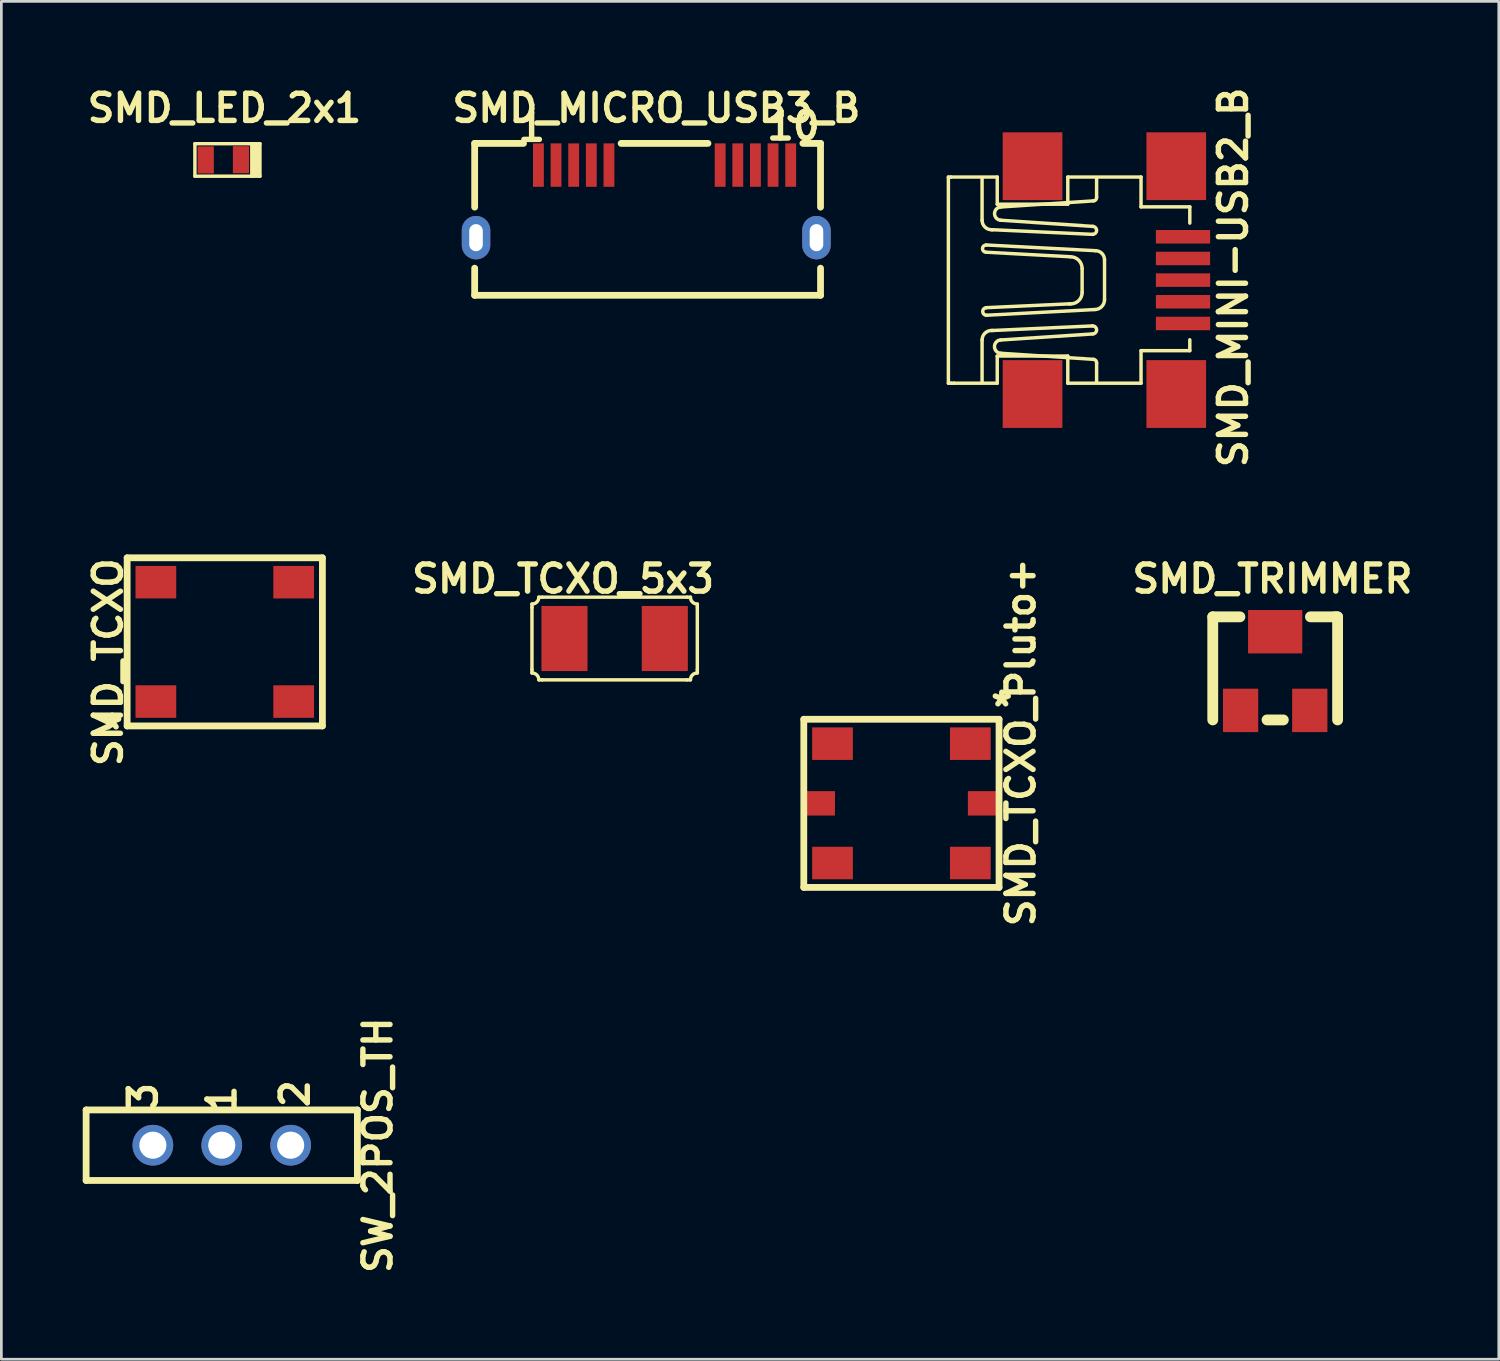
<source format=kicad_pcb>
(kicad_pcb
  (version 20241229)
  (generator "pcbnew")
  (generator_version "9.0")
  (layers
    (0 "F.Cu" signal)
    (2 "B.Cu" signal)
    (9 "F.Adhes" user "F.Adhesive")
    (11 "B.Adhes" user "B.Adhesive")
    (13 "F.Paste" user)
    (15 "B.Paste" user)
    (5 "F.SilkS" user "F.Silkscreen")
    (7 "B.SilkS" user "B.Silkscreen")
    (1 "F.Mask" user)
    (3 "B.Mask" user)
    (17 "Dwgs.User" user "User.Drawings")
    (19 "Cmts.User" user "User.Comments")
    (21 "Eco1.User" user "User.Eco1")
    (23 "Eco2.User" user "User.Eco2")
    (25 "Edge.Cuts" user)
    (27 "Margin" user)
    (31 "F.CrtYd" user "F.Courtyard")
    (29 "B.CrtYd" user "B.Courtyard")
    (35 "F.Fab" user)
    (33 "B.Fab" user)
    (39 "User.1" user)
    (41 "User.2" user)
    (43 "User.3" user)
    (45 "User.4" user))
  (footprint "SMD_TRIMMER"
    (layer "F.Cu")
    (at 43.958 21.688)
    (property "Reference" "SMD_TRIMMER" (at -0.1 -3.4 0) (layer "F.SilkS") (effects (font (size 1 1) (thickness 0.2))))
    (attr smd)
    (fp_line (start -2.301 -1.999) (end -1.3 -1.999) (stroke (width 0.399) (type solid)) (layer "F.SilkS"))
    (fp_line (start -2.301 1.801) (end -2.301 -1.999) (stroke (width 0.399) (type solid)) (layer "F.SilkS"))
    (fp_line (start -0.3 1.801) (end 0.3 1.801) (stroke (width 0.399) (type solid)) (layer "F.SilkS"))
    (fp_line (start 1.3 -1.999) (end 2.2 -1.999) (stroke (width 0.399) (type solid)) (layer "F.SilkS"))
    (fp_line (start 2.2 -1.999) (end 2.301 -1.999) (stroke (width 0.399) (type solid)) (layer "F.SilkS"))
    (fp_line (start 2.301 -1.999) (end 2.301 1.801) (stroke (width 0.399) (type solid)) (layer "F.SilkS"))
    (pad "1" smd rect (at -1.275 1.45 180) (size 1.3 1.6) (layers "F.Cu" "F.Mask" "F.Paste"))
    (pad "2" smd rect (at 0 -1.45 180) (size 1.999 1.6) (layers "F.Cu" "F.Mask" "F.Paste"))
    (pad "3" smd rect (at 1.275 1.45 180) (size 1.3 1.6) (layers "F.Cu" "F.Mask" "F.Paste")))
  (footprint "SMD_TCXO_5x3"
    (layer "F.Cu")
    (at 19.608 20.488)
    (property "Reference" "SMD_TCXO_5x3" (at -1.9 -2.2 0) (layer "F.SilkS") (effects (font (size 1 1) (thickness 0.2))))
    (attr smd)
    (fp_line (start -3.048 -1.27) (end -3.048 -1.143) (stroke (width 0.127) (type solid)) (layer "F.SilkS"))
    (fp_line (start -3.048 -1.143) (end -3.048 1.143) (stroke (width 0.127) (type solid)) (layer "F.SilkS"))
    (fp_line (start -3.048 1.27) (end -3.048 1.143) (stroke (width 0.127) (type solid)) (layer "F.SilkS"))
    (fp_line (start -2.794 -1.524) (end -2.667 -1.524) (stroke (width 0.127) (type solid)) (layer "F.SilkS"))
    (fp_line (start -2.794 1.524) (end -2.667 1.524) (stroke (width 0.127) (type solid)) (layer "F.SilkS"))
    (fp_line (start -2.667 -1.524) (end 2.667 -1.524) (stroke (width 0.127) (type solid)) (layer "F.SilkS"))
    (fp_line (start 2.667 1.524) (end -2.667 1.524) (stroke (width 0.127) (type solid)) (layer "F.SilkS"))
    (fp_line (start 2.794 -1.524) (end 2.667 -1.524) (stroke (width 0.127) (type solid)) (layer "F.SilkS"))
    (fp_line (start 2.794 1.524) (end 2.667 1.524) (stroke (width 0.127) (type solid)) (layer "F.SilkS"))
    (fp_line (start 3.048 -1.27) (end 3.048 -1.143) (stroke (width 0.127) (type solid)) (layer "F.SilkS"))
    (fp_line (start 3.048 -1.143) (end 3.048 1.143) (stroke (width 0.127) (type solid)) (layer "F.SilkS"))
    (fp_line (start 3.048 1.27) (end 3.048 1.143) (stroke (width 0.127) (type solid)) (layer "F.SilkS"))
    (fp_arc (start -3.048 1.27) (mid -2.868395 1.344395) (end -2.794 1.524) (stroke (width 0.127) (type solid)) (layer "F.SilkS"))
    (fp_arc (start -2.794 -1.524) (mid -2.868395 -1.344395) (end -3.048 -1.27) (stroke (width 0.127) (type solid)) (layer "F.SilkS"))
    (fp_arc (start 2.794 1.524) (mid 2.868395 1.344395) (end 3.048 1.27) (stroke (width 0.127) (type solid)) (layer "F.SilkS"))
    (fp_arc (start 3.048 -1.27) (mid 2.868395 -1.344395) (end 2.794 -1.524) (stroke (width 0.127) (type solid)) (layer "F.SilkS"))
    (pad "1" smd rect (at -1.849 0) (size 1.699 2.4) (layers "F.Cu" "F.Mask" "F.Paste"))
    (pad "2" smd rect (at 1.849 0) (size 1.699 2.4) (layers "F.Cu" "F.Mask" "F.Paste")))
  (footprint "SMD_TCXO"
    (layer "F.Cu")
    (at 5.236 20.612)
    (property "Reference" "SMD_TCXO" (at -4.3 0.75 90) (layer "F.SilkS") (effects (font (size 1 1) (thickness 0.2))))
    (attr smd)
    (fp_line (start -3.599 -3.099) (end -3.599 3.099) (stroke (width 0.25) (type solid)) (layer "F.SilkS"))
    (fp_line (start -3.599 3.099) (end 3.599 3.099) (stroke (width 0.25) (type solid)) (layer "F.SilkS"))
    (fp_line (start 3.599 -3.099) (end -3.599 -3.099) (stroke (width 0.25) (type solid)) (layer "F.SilkS"))
    (fp_line (start 3.599 3.099) (end 3.599 -3.099) (stroke (width 0.25) (type solid)) (layer "F.SilkS"))
    (fp_text user "*" (at -4.15 3.25 0) (layer "F.SilkS") (effects (font (size 1 1) (thickness 0.2))))
    (pad "1" smd rect (at -2.54 2.2) (size 1.501 1.199) (layers "F.Cu" "F.Mask" "F.Paste"))
    (pad "2" smd rect (at 2.54 2.2) (size 1.501 1.199) (layers "F.Cu" "F.Mask" "F.Paste"))
    (pad "3" smd rect (at 2.54 -2.2) (size 1.501 1.199) (layers "F.Cu" "F.Mask" "F.Paste"))
    (pad "4" smd rect (at -2.54 -2.2) (size 1.501 1.199) (layers "F.Cu" "F.Mask" "F.Paste")))
  (footprint "SMD_MICRO_USB3_B"
    (layer "F.Cu")
    (at 21.448 3.036)
    (property "Reference" "SMD_MICRO_USB3_B" (at -0.3 -2.1 0) (layer "F.SilkS") (effects (font (size 1 1) (thickness 0.2))))
    (attr smd)
    (fp_line (start -7 -0.8) (end -5.2 -0.8) (stroke (width 0.25) (type solid)) (layer "F.SilkS"))
    (fp_line (start -7 1.55) (end -7 -0.8) (stroke (width 0.25) (type solid)) (layer "F.SilkS"))
    (fp_line (start -7 3.8) (end -7 4.8) (stroke (width 0.25) (type solid)) (layer "F.SilkS"))
    (fp_line (start -7 4.8) (end 5.75 4.8) (stroke (width 0.25) (type solid)) (layer "F.SilkS"))
    (fp_line (start -1.6 -0.8) (end 1.6 -0.8) (stroke (width 0.25) (type solid)) (layer "F.SilkS"))
    (fp_line (start 5.1 -0.8) (end 5.75 -0.8) (stroke (width 0.25) (type solid)) (layer "F.SilkS"))
    (fp_line (start 5.75 1.55) (end 5.75 -0.8) (stroke (width 0.25) (type solid)) (layer "F.SilkS"))
    (fp_line (start 5.75 3.8) (end 5.75 4.8) (stroke (width 0.25) (type solid)) (layer "F.SilkS"))
    (fp_text user "10" (at 4.75 -1.45 0) (layer "F.SilkS") (effects (font (size 1 1) (thickness 0.2))))
    (fp_text user "1" (at -4.9 -1.4 0) (layer "F.SilkS") (effects (font (size 1 1) (thickness 0.2))))
    (pad "1" smd rect (at -4.65 0 180) (size 0.4 1.6) (layers "F.Cu" "F.Mask" "F.Paste"))
    (pad "2" smd rect (at -4 0 180) (size 0.4 1.6) (layers "F.Cu" "F.Mask" "F.Paste"))
    (pad "3" smd rect (at -3.35 0 180) (size 0.4 1.6) (layers "F.Cu" "F.Mask" "F.Paste"))
    (pad "4" smd rect (at -2.7 0 180) (size 0.4 1.6) (layers "F.Cu" "F.Mask" "F.Paste"))
    (pad "5" smd rect (at -2.05 0 180) (size 0.4 1.6) (layers "F.Cu" "F.Mask" "F.Paste"))
    (pad "6" smd rect (at 2.05 0 180) (size 0.4 1.6) (layers "F.Cu" "F.Mask" "F.Paste"))
    (pad "7" smd rect (at 2.7 0 180) (size 0.4 1.6) (layers "F.Cu" "F.Mask" "F.Paste"))
    (pad "8" smd rect (at 3.35 0 180) (size 0.4 1.6) (layers "F.Cu" "F.Mask" "F.Paste"))
    (pad "9" smd rect (at 4 0 180) (size 0.4 1.6) (layers "F.Cu" "F.Mask" "F.Paste"))
    (pad "10" smd rect (at 4.65 0 180) (size 0.4 1.6) (layers "F.Cu" "F.Mask" "F.Paste"))
    (pad "11" thru_hole oval (at -6.95 2.675 180) (size 1.05 1.6) (drill oval 0.5 1) (layers "*.Cu" "*.Paste" "*.Mask"))
    (pad "12" thru_hole oval (at 5.6 2.675 180) (size 1.05 1.6) (drill oval 0.5 1) (layers "*.Cu" "*.Paste" "*.Mask")))
  (footprint "SMD_TCXO_Pluto+"
    (layer "F.Cu")
    (at 30.18 26.564)
    (property "Reference" "SMD_TCXO_Pluto+" (at 4.4 -2.25 90) (layer "F.SilkS") (effects (font (size 1 1) (thickness 0.2))))
    (attr smd)
    (fp_line (start -3.599 -3.099) (end -3.599 3.099) (stroke (width 0.25) (type solid)) (layer "F.SilkS"))
    (fp_line (start -3.599 3.099) (end 3.599 3.099) (stroke (width 0.25) (type solid)) (layer "F.SilkS"))
    (fp_line (start 3.599 -3.099) (end -3.599 -3.099) (stroke (width 0.25) (type solid)) (layer "F.SilkS"))
    (fp_line (start 3.599 3.099) (end 3.599 -3.099) (stroke (width 0.25) (type solid)) (layer "F.SilkS"))
    (fp_text user "*" (at 3.7 -3.55 0) (layer "F.SilkS") (effects (font (size 1 1) (thickness 0.2))))
    (pad "1" smd rect (at 2.54 -2.2) (size 1.501 1.199) (layers "F.Cu" "F.Mask" "F.Paste"))
    (pad "2" smd rect (at -2.54 -2.2) (size 1.501 1.199) (layers "F.Cu" "F.Mask" "F.Paste"))
    (pad "3" smd rect (at -3.05 0 90) (size 0.9 1.2) (layers "F.Cu" "F.Mask" "F.Paste"))
    (pad "4" smd rect (at -2.54 2.2) (size 1.501 1.199) (layers "F.Cu" "F.Mask" "F.Paste"))
    (pad "5" smd rect (at 2.54 2.2) (size 1.501 1.199) (layers "F.Cu" "F.Mask" "F.Paste"))
    (pad "6" smd rect (at 3.05 0 90) (size 0.9 1.2) (layers "F.Cu" "F.Mask" "F.Paste")))
  (footprint "SW_2POS_TH"
    (layer "F.Cu")
    (at 5.125 39.167)
    (property "Reference" "SW_2POS_TH" (at 5.75 0 90) (layer "F.SilkS") (effects (font (size 1 1) (thickness 0.2))))
    (attr through_hole)
    (fp_line (start -5 -1.3) (end 5 -1.3) (stroke (width 0.25) (type solid)) (layer "F.SilkS"))
    (fp_line (start -5 1.3) (end -5 -1.3) (stroke (width 0.25) (type solid)) (layer "F.SilkS"))
    (fp_line (start 5 -1.3) (end 5 1.3) (stroke (width 0.25) (type solid)) (layer "F.SilkS"))
    (fp_line (start 5 1.3) (end -5 1.3) (stroke (width 0.25) (type solid)) (layer "F.SilkS"))
    (fp_text user "3" (at -2.9 -1.8 90) (layer "F.SilkS") (effects (font (size 1 1) (thickness 0.2))))
    (fp_text user "2" (at 2.7 -1.9 90) (layer "F.SilkS") (effects (font (size 1 1) (thickness 0.2))))
    (fp_text user "1" (at 0 -1.7 90) (layer "F.SilkS") (effects (font (size 1 1) (thickness 0.2))))
    (pad "1" thru_hole circle (at 0 0) (size 1.5 1.5) (drill 1) (layers "*.Cu" "*.Paste" "*.Mask"))
    (pad "2" thru_hole circle (at 2.54 0) (size 1.5 1.5) (drill 1) (layers "*.Cu" "*.Paste" "*.Mask"))
    (pad "3" thru_hole circle (at -2.54 0) (size 1.5 1.5) (drill 1) (layers "*.Cu" "*.Paste" "*.Mask")))
  (footprint "SMD_MINI-USB2_B"
    (layer "F.Cu")
    (at 38.312 7.276)
    (property "Reference" "SMD_MINI-USB2_B" (at 4.1 -0.1 90) (layer "F.SilkS") (effects (font (size 1 1) (thickness 0.2))))
    (attr smd)
    (fp_line (start -6.401 -3.8) (end -6.401 3.8) (stroke (width 0.127) (type solid)) (layer "F.SilkS"))
    (fp_line (start -6.401 3.8) (end -6.299 3.8) (stroke (width 0.127) (type solid)) (layer "F.SilkS"))
    (fp_line (start -6.299 -3.8) (end -6.401 -3.8) (stroke (width 0.127) (type solid)) (layer "F.SilkS"))
    (fp_line (start -6.299 -3.8) (end -4.6 -3.8) (stroke (width 0.127) (type solid)) (layer "F.SilkS"))
    (fp_line (start -6.2 3.8) (end -6.299 3.8) (stroke (width 0.127) (type solid)) (layer "F.SilkS"))
    (fp_line (start -5.159 -3.749) (end -5.159 -2.207) (stroke (width 0.127) (type solid)) (layer "F.SilkS"))
    (fp_line (start -5.159 3.749) (end -5.159 2.207) (stroke (width 0.127) (type solid)) (layer "F.SilkS"))
    (fp_line (start -5.019 -1.029) (end -1.905 -0.861) (stroke (width 0.127) (type solid)) (layer "F.SilkS"))
    (fp_line (start -5.004 1.295) (end -1.008 1.085) (stroke (width 0.127) (type solid)) (layer "F.SilkS"))
    (fp_line (start -4.808 -1.857) (end -4.765 -1.857) (stroke (width 0.127) (type solid)) (layer "F.SilkS"))
    (fp_line (start -4.808 1.857) (end -4.765 1.857) (stroke (width 0.127) (type solid)) (layer "F.SilkS"))
    (fp_line (start -4.765 -1.857) (end -1.092 -1.687) (stroke (width 0.127) (type solid)) (layer "F.SilkS"))
    (fp_line (start -4.765 1.857) (end -1.092 1.689) (stroke (width 0.127) (type solid)) (layer "F.SilkS"))
    (fp_line (start -4.6 -3.8) (end -4.6 -2.799) (stroke (width 0.127) (type solid)) (layer "F.SilkS"))
    (fp_line (start -4.6 -2.799) (end -1.999 -2.799) (stroke (width 0.127) (type solid)) (layer "F.SilkS"))
    (fp_line (start -4.6 2.799) (end -4.6 3.8) (stroke (width 0.127) (type solid)) (layer "F.SilkS"))
    (fp_line (start -4.6 3.8) (end -6.2 3.8) (stroke (width 0.127) (type solid)) (layer "F.SilkS"))
    (fp_line (start -4.458 -2.697) (end -1.052 -2.921) (stroke (width 0.127) (type solid)) (layer "F.SilkS"))
    (fp_line (start -4.458 2.697) (end -1.052 2.921) (stroke (width 0.127) (type solid)) (layer "F.SilkS"))
    (fp_line (start -1.999 -3.8) (end 0.701 -3.8) (stroke (width 0.127) (type solid)) (layer "F.SilkS"))
    (fp_line (start -1.999 -2.799) (end -1.999 -3.8) (stroke (width 0.127) (type solid)) (layer "F.SilkS"))
    (fp_line (start -1.999 2.799) (end -4.6 2.799) (stroke (width 0.127) (type solid)) (layer "F.SilkS"))
    (fp_line (start -1.999 3.8) (end -1.999 2.799) (stroke (width 0.127) (type solid)) (layer "F.SilkS"))
    (fp_line (start -1.961 0.876) (end -5.004 1.016) (stroke (width 0.127) (type solid)) (layer "F.SilkS"))
    (fp_line (start -1.892 0.876) (end -1.961 0.876) (stroke (width 0.127) (type solid)) (layer "F.SilkS"))
    (fp_line (start -1.471 -0.427) (end -1.471 0.455) (stroke (width 0.127) (type solid)) (layer "F.SilkS"))
    (fp_line (start -1.079 -1.981) (end -4.47 -2.207) (stroke (width 0.127) (type solid)) (layer "F.SilkS"))
    (fp_line (start -1.079 1.984) (end -4.47 2.207) (stroke (width 0.127) (type solid)) (layer "F.SilkS"))
    (fp_line (start -0.98 -1.085) (end -5.004 -1.295) (stroke (width 0.127) (type solid)) (layer "F.SilkS"))
    (fp_line (start -0.937 -3.048) (end -0.937 -3.749) (stroke (width 0.127) (type solid)) (layer "F.SilkS"))
    (fp_line (start -0.937 3.048) (end -0.937 3.749) (stroke (width 0.127) (type solid)) (layer "F.SilkS"))
    (fp_line (start -0.645 0.721) (end -0.645 -0.749) (stroke (width 0.127) (type solid)) (layer "F.SilkS"))
    (fp_line (start 0.701 -3.8) (end 0.701 -2.7) (stroke (width 0.127) (type solid)) (layer "F.SilkS"))
    (fp_line (start 0.701 -2.7) (end 2.499 -2.7) (stroke (width 0.127) (type solid)) (layer "F.SilkS"))
    (fp_line (start 0.701 2.601) (end 0.701 3.8) (stroke (width 0.127) (type solid)) (layer "F.SilkS"))
    (fp_line (start 0.701 3.8) (end -1.999 3.8) (stroke (width 0.127) (type solid)) (layer "F.SilkS"))
    (fp_line (start 2.499 -2.7) (end 2.499 -2.101) (stroke (width 0.127) (type solid)) (layer "F.SilkS"))
    (fp_line (start 2.499 2.2) (end 2.499 2.601) (stroke (width 0.127) (type solid)) (layer "F.SilkS"))
    (fp_line (start 2.499 2.601) (end 0.701 2.601) (stroke (width 0.127) (type solid)) (layer "F.SilkS"))
    (fp_arc (start -5.15874 2.20726) (mid -5.056291 1.959621) (end -4.808832 1.856741) (stroke (width 0.127) (type solid)) (layer "F.SilkS"))
    (fp_arc (start -5.01904 -1.0287) (mid -5.1435 -1.1684) (end -5.0038 -1.29286) (stroke (width 0.127) (type solid)) (layer "F.SilkS"))
    (fp_arc (start -5.0038 1.2954) (mid -5.136084 1.154669) (end -5.001741 1.015903) (stroke (width 0.127) (type solid)) (layer "F.SilkS"))
    (fp_arc (start -4.80822 -1.85674) (mid -5.056075 -1.959405) (end -5.15874 -2.20726) (stroke (width 0.127) (type solid)) (layer "F.SilkS"))
    (fp_arc (start -4.4704 -2.20726) (mid -4.6994 -2.457181) (end -4.458246 -2.695396) (stroke (width 0.127) (type solid)) (layer "F.SilkS"))
    (fp_arc (start -4.4577 2.69748) (mid -4.701462 2.457805) (end -4.4711 2.205223) (stroke (width 0.127) (type solid)) (layer "F.SilkS"))
    (fp_arc (start -1.905 -0.86106) (mid -1.597875 -0.733845) (end -1.47066 -0.42672) (stroke (width 0.127) (type solid)) (layer "F.SilkS"))
    (fp_arc (start -1.47066 0.45466) (mid -1.594155 0.752805) (end -1.8923 0.8763) (stroke (width 0.127) (type solid)) (layer "F.SilkS"))
    (fp_arc (start -1.0922 1.6891) (mid -0.93728 1.828414) (end -1.076189 1.983698) (stroke (width 0.127) (type solid)) (layer "F.SilkS"))
    (fp_arc (start -1.0795 -1.9812) (mid -0.937247 -1.829185) (end -1.088889 -1.686535) (stroke (width 0.127) (type solid)) (layer "F.SilkS"))
    (fp_arc (start -1.05156 2.921) (mid -0.968219 2.961381) (end -0.937155 3.048624) (stroke (width 0.127) (type solid)) (layer "F.SilkS"))
    (fp_arc (start -0.98044 -1.08458) (mid -0.743568 -0.986586) (end -0.645161 -0.749885) (stroke (width 0.127) (type solid)) (layer "F.SilkS"))
    (fp_arc (start -0.93726 -3.048) (mid -0.966949 -2.96028) (end -1.049646 -2.918595) (stroke (width 0.127) (type solid)) (layer "F.SilkS"))
    (fp_arc (start -0.64516 0.72136) (mid -0.751545 0.978195) (end -1.00838 1.08458) (stroke (width 0.127) (type solid)) (layer "F.SilkS"))
    (pad "1" smd rect (at 2.248 -1.598) (size 1.999 0.498) (layers "F.Cu" "F.Mask" "F.Paste"))
    (pad "2" smd rect (at 2.248 -0.798) (size 1.999 0.498) (layers "F.Cu" "F.Mask" "F.Paste"))
    (pad "3" smd rect (at 2.248 0) (size 1.999 0.498) (layers "F.Cu" "F.Mask" "F.Paste"))
    (pad "4" smd rect (at 2.248 0.798) (size 1.999 0.498) (layers "F.Cu" "F.Mask" "F.Paste"))
    (pad "5" smd rect (at 2.248 1.598) (size 1.999 0.498) (layers "F.Cu" "F.Mask" "F.Paste"))
    (pad "M1" smd rect (at -3.299 4.199) (size 2.2 2.499) (layers "F.Cu" "F.Mask" "F.Paste"))
    (pad "M2" smd rect (at -3.299 -4.199) (size 2.2 2.499) (layers "F.Cu" "F.Mask" "F.Paste"))
    (pad "M3" smd rect (at 1.999 -4.199) (size 2.2 2.499) (layers "F.Cu" "F.Mask" "F.Paste"))
    (pad "M4" smd rect (at 1.999 4.199) (size 2.2 2.499) (layers "F.Cu" "F.Mask" "F.Paste")))
  (footprint "SMD_LED_2x1"
    (layer "F.Cu")
    (at 5.184 2.846)
    (property "Reference" "SMD_LED_2x1" (at 0.04 -1.91 0) (layer "F.SilkS") (effects (font (size 1 1) (thickness 0.2))))
    (attr smd)
    (fp_line (start -1.049 -0.599) (end 1.049 -0.599) (stroke (width 0.127) (type solid)) (layer "F.SilkS"))
    (fp_line (start -1.049 0.599) (end -1.049 -0.599) (stroke (width 0.127) (type solid)) (layer "F.SilkS"))
    (fp_line (start 1.049 -0.599) (end 1.049 0.599) (stroke (width 0.127) (type solid)) (layer "F.SilkS"))
    (fp_line (start 1.049 0.599) (end -1.049 0.599) (stroke (width 0.127) (type solid)) (layer "F.SilkS"))
    (fp_line (start 1.151 -0.551) (end 1.151 0.551) (stroke (width 0.127) (type solid)) (layer "F.SilkS"))
    (fp_line (start 1.25 -0.551) (end 1.25 0.551) (stroke (width 0.127) (type solid)) (layer "F.SilkS"))
    (fp_line (start 1.349 -0.599) (end 1.001 -0.599) (stroke (width 0.127) (type solid)) (layer "F.SilkS"))
    (fp_line (start 1.349 -0.599) (end 1.349 0.599) (stroke (width 0.127) (type solid)) (layer "F.SilkS"))
    (fp_line (start 1.349 0.599) (end 1.049 0.599) (stroke (width 0.127) (type solid)) (layer "F.SilkS"))
    (pad "1" smd rect (at -0.65 0) (size 0.599 0.998) (layers "F.Cu" "F.Mask" "F.Paste"))
    (pad "2" smd rect (at 0.65 -0.01) (size 0.599 0.998) (layers "F.Cu" "F.Mask" "F.Paste")))
  (gr_rect
    (start -3 -3)
    (end 52.201 47.057)
    (stroke (width 0.1) (type default))
    (fill no)
    (layer "Edge.Cuts")))
</source>
